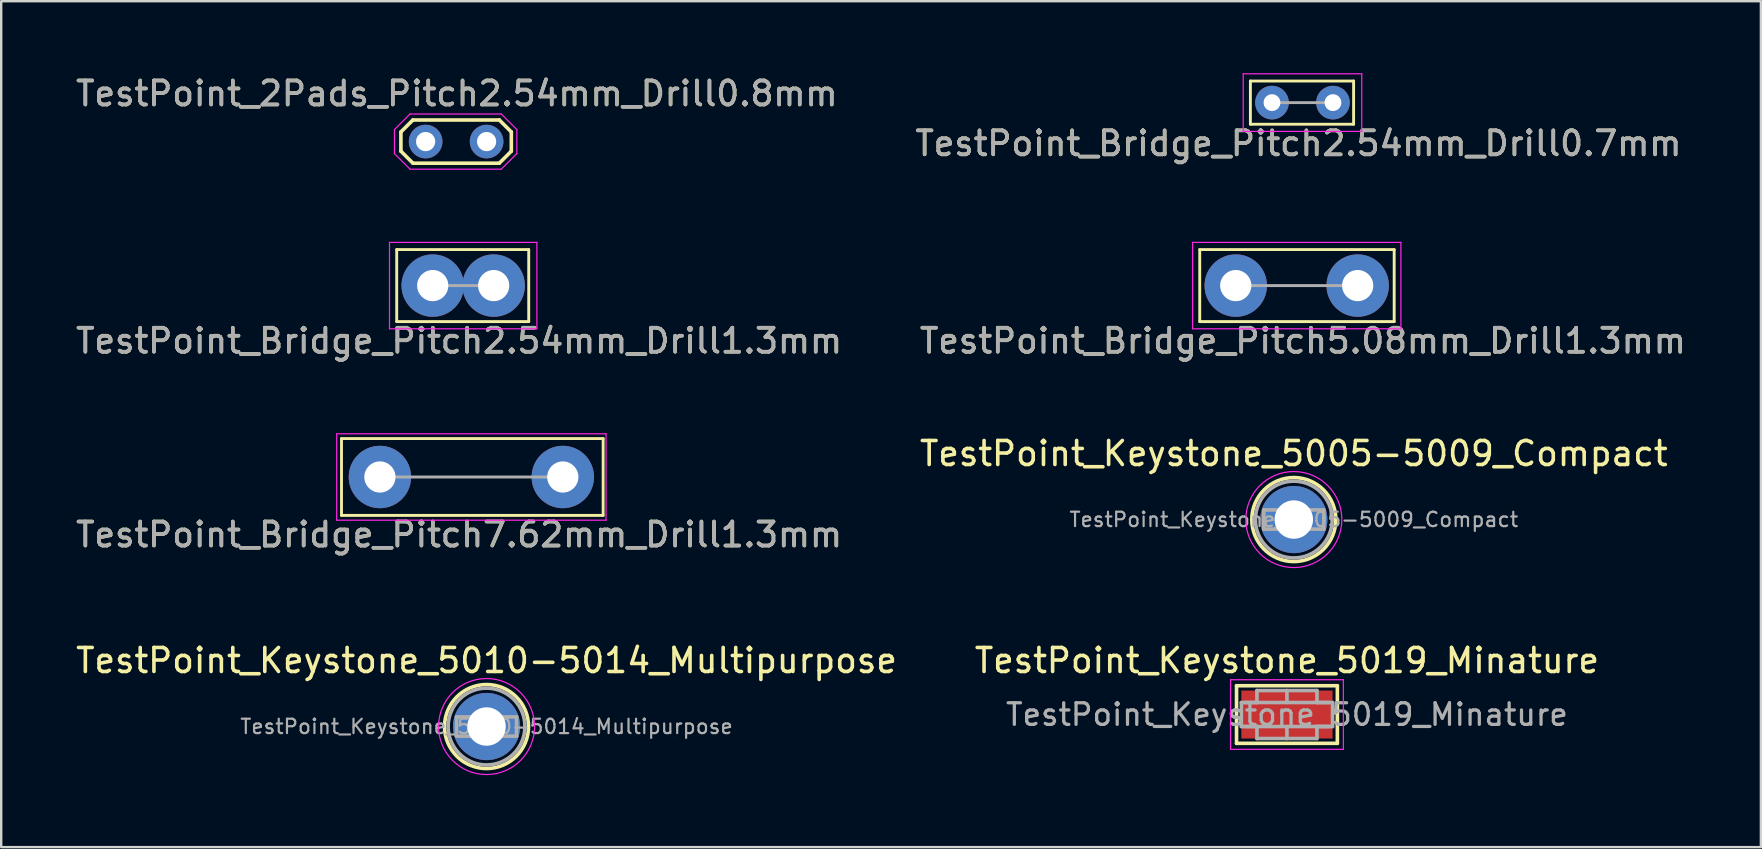
<source format=kicad_pcb>
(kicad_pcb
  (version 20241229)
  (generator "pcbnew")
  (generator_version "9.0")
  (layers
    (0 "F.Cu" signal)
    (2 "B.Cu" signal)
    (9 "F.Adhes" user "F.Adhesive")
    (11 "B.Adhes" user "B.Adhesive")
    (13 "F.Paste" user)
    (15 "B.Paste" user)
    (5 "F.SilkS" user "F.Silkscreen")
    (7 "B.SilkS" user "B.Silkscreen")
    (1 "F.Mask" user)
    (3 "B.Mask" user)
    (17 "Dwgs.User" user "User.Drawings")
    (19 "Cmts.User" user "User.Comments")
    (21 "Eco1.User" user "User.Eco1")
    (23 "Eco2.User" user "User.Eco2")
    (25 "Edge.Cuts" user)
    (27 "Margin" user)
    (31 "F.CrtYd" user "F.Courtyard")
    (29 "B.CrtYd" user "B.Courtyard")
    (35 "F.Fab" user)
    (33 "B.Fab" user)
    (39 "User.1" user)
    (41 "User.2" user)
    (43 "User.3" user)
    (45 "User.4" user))
  (footprint "TestPoint_Bridge_Pitch2.54mm_Drill0.7mm"
    (layer "F.Cu")
    (at 49.942 1.225)
    (property "Reference" "TestPoint_Bridge_Pitch2.54mm_Drill0.7mm" (at 1.1 1.7 0) (layer "F.SilkS") (effects (font (size 1 1) (thickness 0.15))))
    (attr through_hole)
    (fp_line (start -0.9 -0.9) (end -0.9 0.9) (stroke (width 0.12) (type solid)) (layer "F.SilkS"))
    (fp_line (start -0.9 -0.9) (end 3.4 -0.9) (stroke (width 0.12) (type solid)) (layer "F.SilkS"))
    (fp_line (start 3.4 0.9) (end -0.9 0.9) (stroke (width 0.12) (type solid)) (layer "F.SilkS"))
    (fp_line (start 3.4 0.9) (end 3.4 -0.9) (stroke (width 0.12) (type solid)) (layer "F.SilkS"))
    (fp_line (start -1.2 -1.2) (end -1.2 1.2) (stroke (width 0.05) (type solid)) (layer "F.CrtYd"))
    (fp_line (start -1.2 -1.2) (end 3.74 -1.2) (stroke (width 0.05) (type solid)) (layer "F.CrtYd"))
    (fp_line (start 3.74 1.2) (end -1.2 1.2) (stroke (width 0.05) (type solid)) (layer "F.CrtYd"))
    (fp_line (start 3.74 1.2) (end 3.74 -1.2) (stroke (width 0.05) (type solid)) (layer "F.CrtYd"))
    (fp_line (start 2.54 0) (end 0 0) (stroke (width 0.12) (type solid)) (layer "F.Fab"))
    (fp_text user "${REFERENCE}" (at 1.1 1.7 0) (layer "F.Fab") (effects (font (size 1 1) (thickness 0.15))))
    (pad "1" thru_hole circle (at 0 0) (size 1.4 1.4) (drill 0.7) (layers "*.Cu" "*.Mask"))
    (pad "1" thru_hole circle (at 2.54 0) (size 1.4 1.4) (drill 0.7) (layers "*.Cu" "*.Mask")))
  (footprint "TestPoint_Keystone_5019_Minature"
    (layer "F.Cu")
    (at 50.565 26.718)
    (property "Reference" "TestPoint_Keystone_5019_Minature" (at 0 -2.25 0) (layer "F.SilkS") (effects (font (size 1 1) (thickness 0.15))))
    (attr smd)
    (fp_line (start -2.1 -1.2) (end 2.1 -1.2) (stroke (width 0.15) (type solid)) (layer "F.SilkS"))
    (fp_line (start -2.1 1.2) (end -2.1 -1.2) (stroke (width 0.15) (type solid)) (layer "F.SilkS"))
    (fp_line (start 2.1 -1.2) (end 2.1 1.2) (stroke (width 0.15) (type solid)) (layer "F.SilkS"))
    (fp_line (start 2.1 1.2) (end -2.1 1.2) (stroke (width 0.15) (type solid)) (layer "F.SilkS"))
    (fp_line (start -2.35 -1.45) (end 2.35 -1.45) (stroke (width 0.05) (type solid)) (layer "F.CrtYd"))
    (fp_line (start -2.35 1.45) (end -2.35 -1.45) (stroke (width 0.05) (type solid)) (layer "F.CrtYd"))
    (fp_line (start 2.35 -1.45) (end 2.35 1.45) (stroke (width 0.05) (type solid)) (layer "F.CrtYd"))
    (fp_line (start 2.35 1.45) (end -2.35 1.45) (stroke (width 0.05) (type solid)) (layer "F.CrtYd"))
    (fp_line (start -1.9 -0.5) (end -1.9 0.5) (stroke (width 0.15) (type solid)) (layer "F.Fab"))
    (fp_line (start -1.9 -0.5) (end 1.9 -0.5) (stroke (width 0.15) (type solid)) (layer "F.Fab"))
    (fp_line (start -1.75 0.5) (end -1.25 0.5) (stroke (width 0.15) (type solid)) (layer "F.Fab"))
    (fp_line (start -1.25 -1) (end -1.25 -0.5) (stroke (width 0.15) (type solid)) (layer "F.Fab"))
    (fp_line (start -1.25 -0.5) (end -1.75 -0.5) (stroke (width 0.15) (type solid)) (layer "F.Fab"))
    (fp_line (start -1.25 0.5) (end -1.25 1) (stroke (width 0.15) (type solid)) (layer "F.Fab"))
    (fp_line (start -1.25 1) (end 1.25 1) (stroke (width 0.15) (type solid)) (layer "F.Fab"))
    (fp_line (start 0 -1) (end 0 -0.5) (stroke (width 0.15) (type solid)) (layer "F.Fab"))
    (fp_line (start 0 0.5) (end 0 1) (stroke (width 0.15) (type solid)) (layer "F.Fab"))
    (fp_line (start 1.25 -1) (end -1.25 -1) (stroke (width 0.15) (type solid)) (layer "F.Fab"))
    (fp_line (start 1.25 -0.5) (end 1.25 -1) (stroke (width 0.15) (type solid)) (layer "F.Fab"))
    (fp_line (start 1.25 0.5) (end 1.75 0.5) (stroke (width 0.15) (type solid)) (layer "F.Fab"))
    (fp_line (start 1.25 1) (end 1.25 0.5) (stroke (width 0.15) (type solid)) (layer "F.Fab"))
    (fp_line (start 1.75 -0.5) (end 1.25 -0.5) (stroke (width 0.15) (type solid)) (layer "F.Fab"))
    (fp_line (start 1.9 0.5) (end -1.9 0.5) (stroke (width 0.15) (type solid)) (layer "F.Fab"))
    (fp_line (start 1.9 0.5) (end 1.9 -0.5) (stroke (width 0.15) (type solid)) (layer "F.Fab"))
    (fp_text user "${REFERENCE}" (at 0 0 0) (layer "F.Fab") (effects (font (size 0.9 0.9) (thickness 0.135))))
    (pad "1" smd rect (at 0 0) (size 3.8 2) (layers "F.Cu" "F.Mask" "F.Paste")))
  (footprint "TestPoint_Bridge_Pitch7.62mm_Drill1.3mm"
    (layer "F.Cu")
    (at 12.777 16.822)
    (property "Reference" "TestPoint_Bridge_Pitch7.62mm_Drill1.3mm" (at 3.3 2.4 0) (layer "F.SilkS") (effects (font (size 1 1) (thickness 0.15))))
    (attr through_hole)
    (fp_line (start -1.6 -1.6) (end 9.3 -1.6) (stroke (width 0.12) (type solid)) (layer "F.SilkS"))
    (fp_line (start -1.6 1.6) (end -1.6 -1.6) (stroke (width 0.12) (type solid)) (layer "F.SilkS"))
    (fp_line (start 9.3 -1.6) (end 9.3 1.6) (stroke (width 0.12) (type solid)) (layer "F.SilkS"))
    (fp_line (start 9.3 1.6) (end -1.6 1.6) (stroke (width 0.12) (type solid)) (layer "F.SilkS"))
    (fp_line (start -1.8 -1.8) (end -1.8 1.8) (stroke (width 0.05) (type solid)) (layer "F.CrtYd"))
    (fp_line (start -1.8 -1.8) (end 9.42 -1.8) (stroke (width 0.05) (type solid)) (layer "F.CrtYd"))
    (fp_line (start 9.42 1.8) (end -1.8 1.8) (stroke (width 0.05) (type solid)) (layer "F.CrtYd"))
    (fp_line (start 9.42 1.8) (end 9.42 -1.8) (stroke (width 0.05) (type solid)) (layer "F.CrtYd"))
    (fp_line (start 7.62 0) (end 0 0) (stroke (width 0.12) (type solid)) (layer "F.Fab"))
    (fp_text user "${REFERENCE}" (at 3.3 2.4 0) (layer "F.Fab") (effects (font (size 1 1) (thickness 0.15))))
    (pad "1" thru_hole circle (at 0 0) (size 2.6 2.6) (drill 1.3) (layers "*.Cu" "*.Mask"))
    (pad "1" thru_hole circle (at 7.62 0) (size 2.6 2.6) (drill 1.3) (layers "*.Cu" "*.Mask")))
  (footprint "TestPoint_Keystone_5005-5009_Compact"
    (layer "F.Cu")
    (at 50.851 18.595)
    (property "Reference" "TestPoint_Keystone_5005-5009_Compact" (at 0 -2.75 0) (layer "F.SilkS") (effects (font (size 1 1) (thickness 0.15))))
    (attr through_hole)
    (fp_circle (center 0 0) (end 1.75 0) (stroke (width 0.15) (type solid)) (fill no) (layer "F.SilkS"))
    (fp_circle (center 0 0) (end 2 0) (stroke (width 0.05) (type solid)) (fill no) (layer "F.CrtYd"))
    (fp_line (start -1.25 -0.4) (end 1.25 -0.4) (stroke (width 0.15) (type solid)) (layer "F.Fab"))
    (fp_line (start -1.25 0.4) (end -1.25 -0.4) (stroke (width 0.15) (type solid)) (layer "F.Fab"))
    (fp_line (start 1.25 -0.4) (end 1.25 0.4) (stroke (width 0.15) (type solid)) (layer "F.Fab"))
    (fp_line (start 1.25 0.4) (end -1.25 0.4) (stroke (width 0.15) (type solid)) (layer "F.Fab"))
    (fp_circle (center 0 0) (end 1.6 0) (stroke (width 0.15) (type solid)) (fill no) (layer "F.Fab"))
    (fp_text user "${REFERENCE}" (at 0 0 0) (layer "F.Fab") (effects (font (size 0.6 0.6) (thickness 0.09))))
    (pad "1" thru_hole circle (at 0 0) (size 2.8 2.8) (drill 1.6) (layers "*.Cu" "*.Mask")))
  (footprint "TestPoint_2Pads_Pitch2.54mm_Drill0.8mm"
    (layer "F.Cu")
    (at 14.682 2.848)
    (property "Reference" "TestPoint_2Pads_Pitch2.54mm_Drill0.8mm" (at 1.3 -2 0) (layer "F.SilkS") (effects (font (size 1 1) (thickness 0.15))))
    (attr exclude_from_pos_files exclude_from_bom)
    (fp_line (start -1.03 -0.4) (end -0.53 -0.9) (stroke (width 0.15) (type solid)) (layer "F.SilkS"))
    (fp_line (start -1.03 0.4) (end -1.03 -0.4) (stroke (width 0.15) (type solid)) (layer "F.SilkS"))
    (fp_line (start -0.53 -0.9) (end 3.07 -0.9) (stroke (width 0.15) (type solid)) (layer "F.SilkS"))
    (fp_line (start -0.53 0.9) (end -1.03 0.4) (stroke (width 0.15) (type solid)) (layer "F.SilkS"))
    (fp_line (start 3.07 -0.9) (end 3.57 -0.4) (stroke (width 0.15) (type solid)) (layer "F.SilkS"))
    (fp_line (start 3.07 0.9) (end -0.53 0.9) (stroke (width 0.15) (type solid)) (layer "F.SilkS"))
    (fp_line (start 3.57 -0.4) (end 3.57 0.4) (stroke (width 0.15) (type solid)) (layer "F.SilkS"))
    (fp_line (start 3.57 0.4) (end 3.07 0.9) (stroke (width 0.15) (type solid)) (layer "F.SilkS"))
    (fp_line (start -1.3 -0.5) (end -1.3 0.5) (stroke (width 0.05) (type solid)) (layer "F.CrtYd"))
    (fp_line (start -1.3 0.5) (end -0.65 1.15) (stroke (width 0.05) (type solid)) (layer "F.CrtYd"))
    (fp_line (start -0.65 -1.15) (end -1.3 -0.5) (stroke (width 0.05) (type solid)) (layer "F.CrtYd"))
    (fp_line (start -0.65 1.15) (end 3.15 1.15) (stroke (width 0.05) (type solid)) (layer "F.CrtYd"))
    (fp_line (start 3.15 -1.15) (end -0.65 -1.15) (stroke (width 0.05) (type solid)) (layer "F.CrtYd"))
    (fp_line (start 3.15 1.15) (end 3.8 0.5) (stroke (width 0.05) (type solid)) (layer "F.CrtYd"))
    (fp_line (start 3.8 -0.5) (end 3.15 -1.15) (stroke (width 0.05) (type solid)) (layer "F.CrtYd"))
    (fp_line (start 3.8 0.5) (end 3.8 -0.5) (stroke (width 0.05) (type solid)) (layer "F.CrtYd"))
    (fp_text user "${REFERENCE}" (at 1.3 -2 0) (layer "F.Fab") (effects (font (size 1 1) (thickness 0.15))))
    (pad "1" thru_hole circle (at 0 0) (size 1.4 1.4) (drill 0.8) (layers "*.Cu" "*.Mask"))
    (pad "2" thru_hole circle (at 2.54 0) (size 1.4 1.4) (drill 0.8) (layers "*.Cu" "*.Mask")))
  (footprint "TestPoint_Keystone_5010-5014_Multipurpose"
    (layer "F.Cu")
    (at 17.22 27.218)
    (property "Reference" "TestPoint_Keystone_5010-5014_Multipurpose" (at 0 -2.75 0) (layer "F.SilkS") (effects (font (size 1 1) (thickness 0.15))))
    (attr through_hole)
    (fp_circle (center 0 0) (end 1.75 0) (stroke (width 0.15) (type solid)) (fill no) (layer "F.SilkS"))
    (fp_circle (center 0 0) (end 2 0) (stroke (width 0.05) (type solid)) (fill no) (layer "F.CrtYd"))
    (fp_line (start -1.25 -0.4) (end 1.25 -0.4) (stroke (width 0.15) (type solid)) (layer "F.Fab"))
    (fp_line (start -1.25 0.4) (end -1.25 -0.4) (stroke (width 0.15) (type solid)) (layer "F.Fab"))
    (fp_line (start 1.25 -0.4) (end 1.25 0.4) (stroke (width 0.15) (type solid)) (layer "F.Fab"))
    (fp_line (start 1.25 0.4) (end -1.25 0.4) (stroke (width 0.15) (type solid)) (layer "F.Fab"))
    (fp_circle (center 0 0) (end 1.6 0) (stroke (width 0.15) (type solid)) (fill no) (layer "F.Fab"))
    (fp_text user "${REFERENCE}" (at 0 0 0) (layer "F.Fab") (effects (font (size 0.6 0.6) (thickness 0.09))))
    (pad "1" thru_hole circle (at 0 0) (size 2.8 2.8) (drill 1.6) (layers "*.Cu" "*.Mask")))
  (footprint "TestPoint_Bridge_Pitch2.54mm_Drill1.3mm"
    (layer "F.Cu")
    (at 14.977 8.848)
    (property "Reference" "TestPoint_Bridge_Pitch2.54mm_Drill1.3mm" (at 1.1 2.3 0) (layer "F.SilkS") (effects (font (size 1 1) (thickness 0.15))))
    (attr through_hole)
    (fp_line (start -1.5 -1.5) (end -1.5 1.5) (stroke (width 0.12) (type solid)) (layer "F.SilkS"))
    (fp_line (start -1.5 1.5) (end 4 1.5) (stroke (width 0.12) (type solid)) (layer "F.SilkS"))
    (fp_line (start 4 -1.5) (end -1.5 -1.5) (stroke (width 0.12) (type solid)) (layer "F.SilkS"))
    (fp_line (start 4 1.5) (end 4 -1.5) (stroke (width 0.12) (type solid)) (layer "F.SilkS"))
    (fp_line (start -1.8 -1.8) (end -1.8 1.8) (stroke (width 0.05) (type solid)) (layer "F.CrtYd"))
    (fp_line (start -1.8 -1.8) (end 4.34 -1.8) (stroke (width 0.05) (type solid)) (layer "F.CrtYd"))
    (fp_line (start 4.34 1.8) (end -1.8 1.8) (stroke (width 0.05) (type solid)) (layer "F.CrtYd"))
    (fp_line (start 4.34 1.8) (end 4.34 -1.8) (stroke (width 0.05) (type solid)) (layer "F.CrtYd"))
    (fp_line (start 2.54 0) (end 0 0) (stroke (width 0.12) (type solid)) (layer "F.Fab"))
    (fp_text user "${REFERENCE}" (at 1.1 2.3 0) (layer "F.Fab") (effects (font (size 1 1) (thickness 0.15))))
    (pad "1" thru_hole circle (at 0 0) (size 2.6 2.6) (drill 1.3) (layers "*.Cu" "*.Mask"))
    (pad "1" thru_hole circle (at 2.54 0) (size 2.6 2.6) (drill 1.3) (layers "*.Cu" "*.Mask")))
  (footprint "TestPoint_Bridge_Pitch5.08mm_Drill1.3mm"
    (layer "F.Cu")
    (at 48.432 8.848)
    (property "Reference" "TestPoint_Bridge_Pitch5.08mm_Drill1.3mm" (at 2.8 2.3 0) (layer "F.SilkS") (effects (font (size 1 1) (thickness 0.15))))
    (attr through_hole)
    (fp_line (start -1.5 -1.5) (end -1.5 1.5) (stroke (width 0.12) (type solid)) (layer "F.SilkS"))
    (fp_line (start -1.5 -1.5) (end 6.6 -1.5) (stroke (width 0.12) (type solid)) (layer "F.SilkS"))
    (fp_line (start 6.6 1.5) (end -1.5 1.5) (stroke (width 0.12) (type solid)) (layer "F.SilkS"))
    (fp_line (start 6.6 1.5) (end 6.6 -1.5) (stroke (width 0.12) (type solid)) (layer "F.SilkS"))
    (fp_line (start -1.8 -1.8) (end -1.8 1.8) (stroke (width 0.05) (type solid)) (layer "F.CrtYd"))
    (fp_line (start -1.8 -1.8) (end 6.88 -1.8) (stroke (width 0.05) (type solid)) (layer "F.CrtYd"))
    (fp_line (start 6.88 1.8) (end -1.8 1.8) (stroke (width 0.05) (type solid)) (layer "F.CrtYd"))
    (fp_line (start 6.88 1.8) (end 6.88 -1.8) (stroke (width 0.05) (type solid)) (layer "F.CrtYd"))
    (fp_line (start 5.08 0) (end 0 0) (stroke (width 0.12) (type solid)) (layer "F.Fab"))
    (fp_text user "${REFERENCE}" (at 2.8 2.3 0) (layer "F.Fab") (effects (font (size 1 1) (thickness 0.15))))
    (pad "1" thru_hole circle (at 0 0) (size 2.6 2.6) (drill 1.3) (layers "*.Cu" "*.Mask"))
    (pad "1" thru_hole circle (at 5.08 0) (size 2.6 2.6) (drill 1.3) (layers "*.Cu" "*.Mask")))
  (gr_rect
    (start -3 -3)
    (end 70.31 32.243)
    (stroke (width 0.1) (type default))
    (fill no)
    (layer "Edge.Cuts")))
</source>
